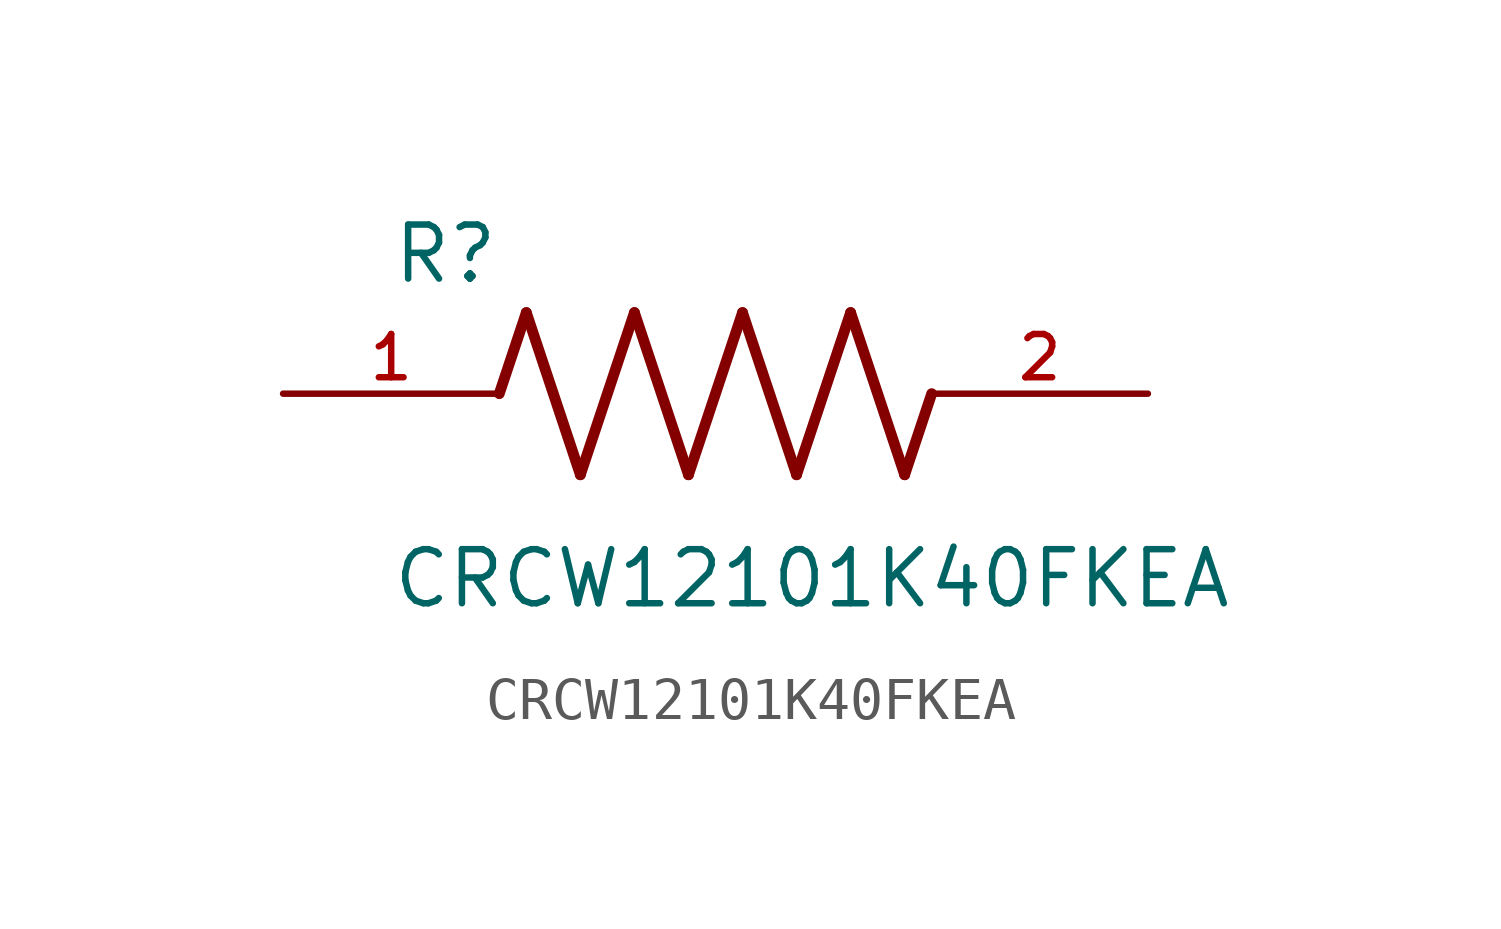
<source format=kicad_sym>
(kicad_symbol_lib
  (version 20211014)
  (generator kicad_symbol_editor)
  (symbol "CRCW12101K40FKEA"
    (pin_names
      (offset 1.016))
    (property "Reference" "R"
      (at -7.624 2.541 0)
      (effects (font (size 1.27 1.27)) (justify bottom left)))
    (property "Value" "CRCW12101K40FKEA"
      (at -7.63 -5.087 0)
      (effects (font (size 1.27 1.27)) (justify bottom left)))
    (symbol "CRCW12101K40FKEA_0_0"
      (polyline (pts (xy -5.08 0.0) (xy -4.445 1.905)) (stroke (width 0.254)))
      (polyline (pts (xy -4.445 1.905) (xy -3.175 -1.905)) (stroke (width 0.254)))
      (polyline (pts (xy -3.175 -1.905) (xy -1.905 1.905)) (stroke (width 0.254)))
      (polyline (pts (xy -1.905 1.905) (xy -0.635 -1.905)) (stroke (width 0.254)))
      (polyline (pts (xy -0.635 -1.905) (xy 0.635 1.905)) (stroke (width 0.254)))
      (polyline (pts (xy 0.635 1.905) (xy 1.905 -1.905)) (stroke (width 0.254)))
      (polyline (pts (xy 1.905 -1.905) (xy 3.175 1.905)) (stroke (width 0.254)))
      (polyline (pts (xy 3.175 1.905) (xy 4.445 -1.905)) (stroke (width 0.254)))
      (polyline (pts (xy 4.445 -1.905) (xy 5.08 0.0)) (stroke (width 0.254)))
      (pin passive line (at -10.16 0.0 0) (length 5.08) (name "~" (effects (font (size 1.016 1.016)))) (number "1" (effects (font (size 1.016 1.016)))))
      (pin passive line (at 10.16 0.0 180.0) (length 5.08) (name "~" (effects (font (size 1.016 1.016)))) (number "2" (effects (font (size 1.016 1.016))))))))
</source>
